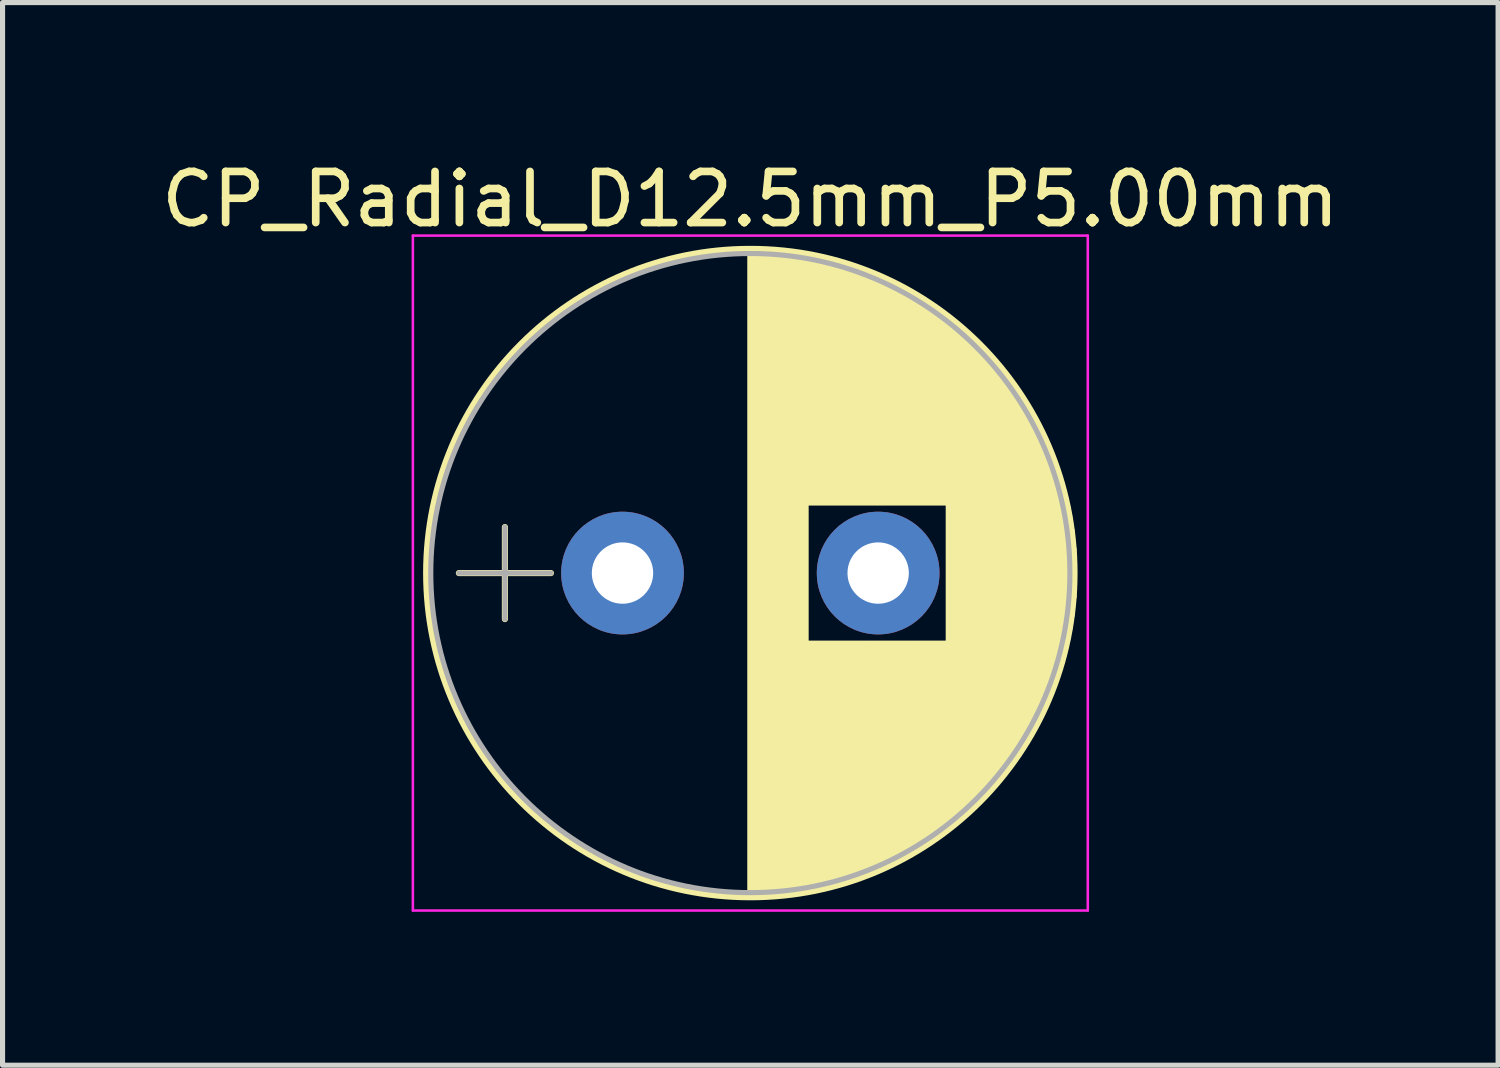
<source format=kicad_pcb>
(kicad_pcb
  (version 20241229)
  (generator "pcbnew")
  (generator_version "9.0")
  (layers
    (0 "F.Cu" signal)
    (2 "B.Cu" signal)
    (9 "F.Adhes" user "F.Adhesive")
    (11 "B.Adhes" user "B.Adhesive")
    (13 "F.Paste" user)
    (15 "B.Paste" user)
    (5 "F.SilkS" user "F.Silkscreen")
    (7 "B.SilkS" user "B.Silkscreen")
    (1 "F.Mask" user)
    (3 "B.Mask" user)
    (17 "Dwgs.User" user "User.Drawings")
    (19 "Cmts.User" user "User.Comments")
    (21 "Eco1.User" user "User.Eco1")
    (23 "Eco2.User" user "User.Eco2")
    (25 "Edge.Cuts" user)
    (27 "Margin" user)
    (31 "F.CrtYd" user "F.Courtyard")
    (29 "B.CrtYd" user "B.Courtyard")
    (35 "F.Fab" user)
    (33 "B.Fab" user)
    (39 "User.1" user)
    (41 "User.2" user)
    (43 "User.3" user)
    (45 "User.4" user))
  (footprint "CP_Radial_D12.5mm_P5.00mm"
    (layer "F.Cu")
    (at 9.125 8.158)
    (property "Reference" "CP_Radial_D12.5mm_P5.00mm" (at 2.5 -7.31 0) (layer "F.SilkS") (effects (font (size 1 1) (thickness 0.15))))
    (attr through_hole)
    (fp_line (start -3.2 0) (end -1.4 0) (stroke (width 0.12) (type solid)) (layer "F.SilkS"))
    (fp_line (start -2.3 -0.9) (end -2.3 0.9) (stroke (width 0.12) (type solid)) (layer "F.SilkS"))
    (fp_line (start 2.5 -6.3) (end 2.5 6.3) (stroke (width 0.12) (type solid)) (layer "F.SilkS"))
    (fp_line (start 2.54 -6.3) (end 2.54 6.3) (stroke (width 0.12) (type solid)) (layer "F.SilkS"))
    (fp_line (start 2.58 -6.3) (end 2.58 6.3) (stroke (width 0.12) (type solid)) (layer "F.SilkS"))
    (fp_line (start 2.62 -6.299) (end 2.62 6.299) (stroke (width 0.12) (type solid)) (layer "F.SilkS"))
    (fp_line (start 2.66 -6.298) (end 2.66 6.298) (stroke (width 0.12) (type solid)) (layer "F.SilkS"))
    (fp_line (start 2.7 -6.297) (end 2.7 6.297) (stroke (width 0.12) (type solid)) (layer "F.SilkS"))
    (fp_line (start 2.74 -6.296) (end 2.74 6.296) (stroke (width 0.12) (type solid)) (layer "F.SilkS"))
    (fp_line (start 2.78 -6.294) (end 2.78 6.294) (stroke (width 0.12) (type solid)) (layer "F.SilkS"))
    (fp_line (start 2.82 -6.292) (end 2.82 6.292) (stroke (width 0.12) (type solid)) (layer "F.SilkS"))
    (fp_line (start 2.86 -6.29) (end 2.86 6.29) (stroke (width 0.12) (type solid)) (layer "F.SilkS"))
    (fp_line (start 2.9 -6.288) (end 2.9 6.288) (stroke (width 0.12) (type solid)) (layer "F.SilkS"))
    (fp_line (start 2.94 -6.285) (end 2.94 6.285) (stroke (width 0.12) (type solid)) (layer "F.SilkS"))
    (fp_line (start 2.98 -6.282) (end 2.98 6.282) (stroke (width 0.12) (type solid)) (layer "F.SilkS"))
    (fp_line (start 3.02 -6.279) (end 3.02 6.279) (stroke (width 0.12) (type solid)) (layer "F.SilkS"))
    (fp_line (start 3.06 -6.276) (end 3.06 6.276) (stroke (width 0.12) (type solid)) (layer "F.SilkS"))
    (fp_line (start 3.1 -6.272) (end 3.1 6.272) (stroke (width 0.12) (type solid)) (layer "F.SilkS"))
    (fp_line (start 3.14 -6.268) (end 3.14 6.268) (stroke (width 0.12) (type solid)) (layer "F.SilkS"))
    (fp_line (start 3.18 -6.264) (end 3.18 6.264) (stroke (width 0.12) (type solid)) (layer "F.SilkS"))
    (fp_line (start 3.221 -6.259) (end 3.221 6.259) (stroke (width 0.12) (type solid)) (layer "F.SilkS"))
    (fp_line (start 3.261 -6.255) (end 3.261 6.255) (stroke (width 0.12) (type solid)) (layer "F.SilkS"))
    (fp_line (start 3.301 -6.25) (end 3.301 6.25) (stroke (width 0.12) (type solid)) (layer "F.SilkS"))
    (fp_line (start 3.341 -6.245) (end 3.341 6.245) (stroke (width 0.12) (type solid)) (layer "F.SilkS"))
    (fp_line (start 3.381 -6.239) (end 3.381 6.239) (stroke (width 0.12) (type solid)) (layer "F.SilkS"))
    (fp_line (start 3.421 -6.233) (end 3.421 6.233) (stroke (width 0.12) (type solid)) (layer "F.SilkS"))
    (fp_line (start 3.461 -6.227) (end 3.461 6.227) (stroke (width 0.12) (type solid)) (layer "F.SilkS"))
    (fp_line (start 3.501 -6.221) (end 3.501 6.221) (stroke (width 0.12) (type solid)) (layer "F.SilkS"))
    (fp_line (start 3.541 -6.215) (end 3.541 6.215) (stroke (width 0.12) (type solid)) (layer "F.SilkS"))
    (fp_line (start 3.581 -6.208) (end 3.581 6.208) (stroke (width 0.12) (type solid)) (layer "F.SilkS"))
    (fp_line (start 3.621 -6.201) (end 3.621 -1.38) (stroke (width 0.12) (type solid)) (layer "F.SilkS"))
    (fp_line (start 3.621 1.38) (end 3.621 6.201) (stroke (width 0.12) (type solid)) (layer "F.SilkS"))
    (fp_line (start 3.661 -6.193) (end 3.661 -1.38) (stroke (width 0.12) (type solid)) (layer "F.SilkS"))
    (fp_line (start 3.661 1.38) (end 3.661 6.193) (stroke (width 0.12) (type solid)) (layer "F.SilkS"))
    (fp_line (start 3.701 -6.186) (end 3.701 -1.38) (stroke (width 0.12) (type solid)) (layer "F.SilkS"))
    (fp_line (start 3.701 1.38) (end 3.701 6.186) (stroke (width 0.12) (type solid)) (layer "F.SilkS"))
    (fp_line (start 3.741 -6.178) (end 3.741 -1.38) (stroke (width 0.12) (type solid)) (layer "F.SilkS"))
    (fp_line (start 3.741 1.38) (end 3.741 6.178) (stroke (width 0.12) (type solid)) (layer "F.SilkS"))
    (fp_line (start 3.781 -6.17) (end 3.781 -1.38) (stroke (width 0.12) (type solid)) (layer "F.SilkS"))
    (fp_line (start 3.781 1.38) (end 3.781 6.17) (stroke (width 0.12) (type solid)) (layer "F.SilkS"))
    (fp_line (start 3.821 -6.162) (end 3.821 -1.38) (stroke (width 0.12) (type solid)) (layer "F.SilkS"))
    (fp_line (start 3.821 1.38) (end 3.821 6.162) (stroke (width 0.12) (type solid)) (layer "F.SilkS"))
    (fp_line (start 3.861 -6.153) (end 3.861 -1.38) (stroke (width 0.12) (type solid)) (layer "F.SilkS"))
    (fp_line (start 3.861 1.38) (end 3.861 6.153) (stroke (width 0.12) (type solid)) (layer "F.SilkS"))
    (fp_line (start 3.901 -6.144) (end 3.901 -1.38) (stroke (width 0.12) (type solid)) (layer "F.SilkS"))
    (fp_line (start 3.901 1.38) (end 3.901 6.144) (stroke (width 0.12) (type solid)) (layer "F.SilkS"))
    (fp_line (start 3.941 -6.135) (end 3.941 -1.38) (stroke (width 0.12) (type solid)) (layer "F.SilkS"))
    (fp_line (start 3.941 1.38) (end 3.941 6.135) (stroke (width 0.12) (type solid)) (layer "F.SilkS"))
    (fp_line (start 3.981 -6.125) (end 3.981 -1.38) (stroke (width 0.12) (type solid)) (layer "F.SilkS"))
    (fp_line (start 3.981 1.38) (end 3.981 6.125) (stroke (width 0.12) (type solid)) (layer "F.SilkS"))
    (fp_line (start 4.021 -6.116) (end 4.021 -1.38) (stroke (width 0.12) (type solid)) (layer "F.SilkS"))
    (fp_line (start 4.021 1.38) (end 4.021 6.116) (stroke (width 0.12) (type solid)) (layer "F.SilkS"))
    (fp_line (start 4.061 -6.106) (end 4.061 -1.38) (stroke (width 0.12) (type solid)) (layer "F.SilkS"))
    (fp_line (start 4.061 1.38) (end 4.061 6.106) (stroke (width 0.12) (type solid)) (layer "F.SilkS"))
    (fp_line (start 4.101 -6.095) (end 4.101 -1.38) (stroke (width 0.12) (type solid)) (layer "F.SilkS"))
    (fp_line (start 4.101 1.38) (end 4.101 6.095) (stroke (width 0.12) (type solid)) (layer "F.SilkS"))
    (fp_line (start 4.141 -6.085) (end 4.141 -1.38) (stroke (width 0.12) (type solid)) (layer "F.SilkS"))
    (fp_line (start 4.141 1.38) (end 4.141 6.085) (stroke (width 0.12) (type solid)) (layer "F.SilkS"))
    (fp_line (start 4.181 -6.074) (end 4.181 -1.38) (stroke (width 0.12) (type solid)) (layer "F.SilkS"))
    (fp_line (start 4.181 1.38) (end 4.181 6.074) (stroke (width 0.12) (type solid)) (layer "F.SilkS"))
    (fp_line (start 4.221 -6.063) (end 4.221 -1.38) (stroke (width 0.12) (type solid)) (layer "F.SilkS"))
    (fp_line (start 4.221 1.38) (end 4.221 6.063) (stroke (width 0.12) (type solid)) (layer "F.SilkS"))
    (fp_line (start 4.261 -6.051) (end 4.261 -1.38) (stroke (width 0.12) (type solid)) (layer "F.SilkS"))
    (fp_line (start 4.261 1.38) (end 4.261 6.051) (stroke (width 0.12) (type solid)) (layer "F.SilkS"))
    (fp_line (start 4.301 -6.04) (end 4.301 -1.38) (stroke (width 0.12) (type solid)) (layer "F.SilkS"))
    (fp_line (start 4.301 1.38) (end 4.301 6.04) (stroke (width 0.12) (type solid)) (layer "F.SilkS"))
    (fp_line (start 4.341 -6.028) (end 4.341 -1.38) (stroke (width 0.12) (type solid)) (layer "F.SilkS"))
    (fp_line (start 4.341 1.38) (end 4.341 6.028) (stroke (width 0.12) (type solid)) (layer "F.SilkS"))
    (fp_line (start 4.381 -6.015) (end 4.381 -1.38) (stroke (width 0.12) (type solid)) (layer "F.SilkS"))
    (fp_line (start 4.381 1.38) (end 4.381 6.015) (stroke (width 0.12) (type solid)) (layer "F.SilkS"))
    (fp_line (start 4.421 -6.003) (end 4.421 -1.38) (stroke (width 0.12) (type solid)) (layer "F.SilkS"))
    (fp_line (start 4.421 1.38) (end 4.421 6.003) (stroke (width 0.12) (type solid)) (layer "F.SilkS"))
    (fp_line (start 4.461 -5.99) (end 4.461 -1.38) (stroke (width 0.12) (type solid)) (layer "F.SilkS"))
    (fp_line (start 4.461 1.38) (end 4.461 5.99) (stroke (width 0.12) (type solid)) (layer "F.SilkS"))
    (fp_line (start 4.501 -5.977) (end 4.501 -1.38) (stroke (width 0.12) (type solid)) (layer "F.SilkS"))
    (fp_line (start 4.501 1.38) (end 4.501 5.977) (stroke (width 0.12) (type solid)) (layer "F.SilkS"))
    (fp_line (start 4.541 -5.963) (end 4.541 -1.38) (stroke (width 0.12) (type solid)) (layer "F.SilkS"))
    (fp_line (start 4.541 1.38) (end 4.541 5.963) (stroke (width 0.12) (type solid)) (layer "F.SilkS"))
    (fp_line (start 4.581 -5.95) (end 4.581 -1.38) (stroke (width 0.12) (type solid)) (layer "F.SilkS"))
    (fp_line (start 4.581 1.38) (end 4.581 5.95) (stroke (width 0.12) (type solid)) (layer "F.SilkS"))
    (fp_line (start 4.621 -5.936) (end 4.621 -1.38) (stroke (width 0.12) (type solid)) (layer "F.SilkS"))
    (fp_line (start 4.621 1.38) (end 4.621 5.936) (stroke (width 0.12) (type solid)) (layer "F.SilkS"))
    (fp_line (start 4.661 -5.921) (end 4.661 -1.38) (stroke (width 0.12) (type solid)) (layer "F.SilkS"))
    (fp_line (start 4.661 1.38) (end 4.661 5.921) (stroke (width 0.12) (type solid)) (layer "F.SilkS"))
    (fp_line (start 4.701 -5.907) (end 4.701 -1.38) (stroke (width 0.12) (type solid)) (layer "F.SilkS"))
    (fp_line (start 4.701 1.38) (end 4.701 5.907) (stroke (width 0.12) (type solid)) (layer "F.SilkS"))
    (fp_line (start 4.741 -5.892) (end 4.741 -1.38) (stroke (width 0.12) (type solid)) (layer "F.SilkS"))
    (fp_line (start 4.741 1.38) (end 4.741 5.892) (stroke (width 0.12) (type solid)) (layer "F.SilkS"))
    (fp_line (start 4.781 -5.876) (end 4.781 -1.38) (stroke (width 0.12) (type solid)) (layer "F.SilkS"))
    (fp_line (start 4.781 1.38) (end 4.781 5.876) (stroke (width 0.12) (type solid)) (layer "F.SilkS"))
    (fp_line (start 4.821 -5.861) (end 4.821 -1.38) (stroke (width 0.12) (type solid)) (layer "F.SilkS"))
    (fp_line (start 4.821 1.38) (end 4.821 5.861) (stroke (width 0.12) (type solid)) (layer "F.SilkS"))
    (fp_line (start 4.861 -5.845) (end 4.861 -1.38) (stroke (width 0.12) (type solid)) (layer "F.SilkS"))
    (fp_line (start 4.861 1.38) (end 4.861 5.845) (stroke (width 0.12) (type solid)) (layer "F.SilkS"))
    (fp_line (start 4.901 -5.829) (end 4.901 -1.38) (stroke (width 0.12) (type solid)) (layer "F.SilkS"))
    (fp_line (start 4.901 1.38) (end 4.901 5.829) (stroke (width 0.12) (type solid)) (layer "F.SilkS"))
    (fp_line (start 4.941 -5.812) (end 4.941 -1.38) (stroke (width 0.12) (type solid)) (layer "F.SilkS"))
    (fp_line (start 4.941 1.38) (end 4.941 5.812) (stroke (width 0.12) (type solid)) (layer "F.SilkS"))
    (fp_line (start 4.981 -5.795) (end 4.981 -1.38) (stroke (width 0.12) (type solid)) (layer "F.SilkS"))
    (fp_line (start 4.981 1.38) (end 4.981 5.795) (stroke (width 0.12) (type solid)) (layer "F.SilkS"))
    (fp_line (start 5.021 -5.778) (end 5.021 -1.38) (stroke (width 0.12) (type solid)) (layer "F.SilkS"))
    (fp_line (start 5.021 1.38) (end 5.021 5.778) (stroke (width 0.12) (type solid)) (layer "F.SilkS"))
    (fp_line (start 5.061 -5.761) (end 5.061 -1.38) (stroke (width 0.12) (type solid)) (layer "F.SilkS"))
    (fp_line (start 5.061 1.38) (end 5.061 5.761) (stroke (width 0.12) (type solid)) (layer "F.SilkS"))
    (fp_line (start 5.101 -5.743) (end 5.101 -1.38) (stroke (width 0.12) (type solid)) (layer "F.SilkS"))
    (fp_line (start 5.101 1.38) (end 5.101 5.743) (stroke (width 0.12) (type solid)) (layer "F.SilkS"))
    (fp_line (start 5.141 -5.725) (end 5.141 -1.38) (stroke (width 0.12) (type solid)) (layer "F.SilkS"))
    (fp_line (start 5.141 1.38) (end 5.141 5.725) (stroke (width 0.12) (type solid)) (layer "F.SilkS"))
    (fp_line (start 5.181 -5.706) (end 5.181 -1.38) (stroke (width 0.12) (type solid)) (layer "F.SilkS"))
    (fp_line (start 5.181 1.38) (end 5.181 5.706) (stroke (width 0.12) (type solid)) (layer "F.SilkS"))
    (fp_line (start 5.221 -5.687) (end 5.221 -1.38) (stroke (width 0.12) (type solid)) (layer "F.SilkS"))
    (fp_line (start 5.221 1.38) (end 5.221 5.687) (stroke (width 0.12) (type solid)) (layer "F.SilkS"))
    (fp_line (start 5.261 -5.668) (end 5.261 -1.38) (stroke (width 0.12) (type solid)) (layer "F.SilkS"))
    (fp_line (start 5.261 1.38) (end 5.261 5.668) (stroke (width 0.12) (type solid)) (layer "F.SilkS"))
    (fp_line (start 5.301 -5.649) (end 5.301 -1.38) (stroke (width 0.12) (type solid)) (layer "F.SilkS"))
    (fp_line (start 5.301 1.38) (end 5.301 5.649) (stroke (width 0.12) (type solid)) (layer "F.SilkS"))
    (fp_line (start 5.341 -5.629) (end 5.341 -1.38) (stroke (width 0.12) (type solid)) (layer "F.SilkS"))
    (fp_line (start 5.341 1.38) (end 5.341 5.629) (stroke (width 0.12) (type solid)) (layer "F.SilkS"))
    (fp_line (start 5.381 -5.609) (end 5.381 -1.38) (stroke (width 0.12) (type solid)) (layer "F.SilkS"))
    (fp_line (start 5.381 1.38) (end 5.381 5.609) (stroke (width 0.12) (type solid)) (layer "F.SilkS"))
    (fp_line (start 5.421 -5.588) (end 5.421 -1.38) (stroke (width 0.12) (type solid)) (layer "F.SilkS"))
    (fp_line (start 5.421 1.38) (end 5.421 5.588) (stroke (width 0.12) (type solid)) (layer "F.SilkS"))
    (fp_line (start 5.461 -5.567) (end 5.461 -1.38) (stroke (width 0.12) (type solid)) (layer "F.SilkS"))
    (fp_line (start 5.461 1.38) (end 5.461 5.567) (stroke (width 0.12) (type solid)) (layer "F.SilkS"))
    (fp_line (start 5.501 -5.546) (end 5.501 -1.38) (stroke (width 0.12) (type solid)) (layer "F.SilkS"))
    (fp_line (start 5.501 1.38) (end 5.501 5.546) (stroke (width 0.12) (type solid)) (layer "F.SilkS"))
    (fp_line (start 5.541 -5.524) (end 5.541 -1.38) (stroke (width 0.12) (type solid)) (layer "F.SilkS"))
    (fp_line (start 5.541 1.38) (end 5.541 5.524) (stroke (width 0.12) (type solid)) (layer "F.SilkS"))
    (fp_line (start 5.581 -5.502) (end 5.581 -1.38) (stroke (width 0.12) (type solid)) (layer "F.SilkS"))
    (fp_line (start 5.581 1.38) (end 5.581 5.502) (stroke (width 0.12) (type solid)) (layer "F.SilkS"))
    (fp_line (start 5.621 -5.48) (end 5.621 -1.38) (stroke (width 0.12) (type solid)) (layer "F.SilkS"))
    (fp_line (start 5.621 1.38) (end 5.621 5.48) (stroke (width 0.12) (type solid)) (layer "F.SilkS"))
    (fp_line (start 5.661 -5.457) (end 5.661 -1.38) (stroke (width 0.12) (type solid)) (layer "F.SilkS"))
    (fp_line (start 5.661 1.38) (end 5.661 5.457) (stroke (width 0.12) (type solid)) (layer "F.SilkS"))
    (fp_line (start 5.701 -5.434) (end 5.701 -1.38) (stroke (width 0.12) (type solid)) (layer "F.SilkS"))
    (fp_line (start 5.701 1.38) (end 5.701 5.434) (stroke (width 0.12) (type solid)) (layer "F.SilkS"))
    (fp_line (start 5.741 -5.41) (end 5.741 -1.38) (stroke (width 0.12) (type solid)) (layer "F.SilkS"))
    (fp_line (start 5.741 1.38) (end 5.741 5.41) (stroke (width 0.12) (type solid)) (layer "F.SilkS"))
    (fp_line (start 5.781 -5.386) (end 5.781 -1.38) (stroke (width 0.12) (type solid)) (layer "F.SilkS"))
    (fp_line (start 5.781 1.38) (end 5.781 5.386) (stroke (width 0.12) (type solid)) (layer "F.SilkS"))
    (fp_line (start 5.821 -5.362) (end 5.821 -1.38) (stroke (width 0.12) (type solid)) (layer "F.SilkS"))
    (fp_line (start 5.821 1.38) (end 5.821 5.362) (stroke (width 0.12) (type solid)) (layer "F.SilkS"))
    (fp_line (start 5.861 -5.337) (end 5.861 -1.38) (stroke (width 0.12) (type solid)) (layer "F.SilkS"))
    (fp_line (start 5.861 1.38) (end 5.861 5.337) (stroke (width 0.12) (type solid)) (layer "F.SilkS"))
    (fp_line (start 5.901 -5.312) (end 5.901 -1.38) (stroke (width 0.12) (type solid)) (layer "F.SilkS"))
    (fp_line (start 5.901 1.38) (end 5.901 5.312) (stroke (width 0.12) (type solid)) (layer "F.SilkS"))
    (fp_line (start 5.941 -5.286) (end 5.941 -1.38) (stroke (width 0.12) (type solid)) (layer "F.SilkS"))
    (fp_line (start 5.941 1.38) (end 5.941 5.286) (stroke (width 0.12) (type solid)) (layer "F.SilkS"))
    (fp_line (start 5.981 -5.26) (end 5.981 -1.38) (stroke (width 0.12) (type solid)) (layer "F.SilkS"))
    (fp_line (start 5.981 1.38) (end 5.981 5.26) (stroke (width 0.12) (type solid)) (layer "F.SilkS"))
    (fp_line (start 6.021 -5.234) (end 6.021 -1.38) (stroke (width 0.12) (type solid)) (layer "F.SilkS"))
    (fp_line (start 6.021 1.38) (end 6.021 5.234) (stroke (width 0.12) (type solid)) (layer "F.SilkS"))
    (fp_line (start 6.061 -5.207) (end 6.061 -1.38) (stroke (width 0.12) (type solid)) (layer "F.SilkS"))
    (fp_line (start 6.061 1.38) (end 6.061 5.207) (stroke (width 0.12) (type solid)) (layer "F.SilkS"))
    (fp_line (start 6.101 -5.179) (end 6.101 -1.38) (stroke (width 0.12) (type solid)) (layer "F.SilkS"))
    (fp_line (start 6.101 1.38) (end 6.101 5.179) (stroke (width 0.12) (type solid)) (layer "F.SilkS"))
    (fp_line (start 6.141 -5.151) (end 6.141 -1.38) (stroke (width 0.12) (type solid)) (layer "F.SilkS"))
    (fp_line (start 6.141 1.38) (end 6.141 5.151) (stroke (width 0.12) (type solid)) (layer "F.SilkS"))
    (fp_line (start 6.181 -5.123) (end 6.181 -1.38) (stroke (width 0.12) (type solid)) (layer "F.SilkS"))
    (fp_line (start 6.181 1.38) (end 6.181 5.123) (stroke (width 0.12) (type solid)) (layer "F.SilkS"))
    (fp_line (start 6.221 -5.094) (end 6.221 -1.38) (stroke (width 0.12) (type solid)) (layer "F.SilkS"))
    (fp_line (start 6.221 1.38) (end 6.221 5.094) (stroke (width 0.12) (type solid)) (layer "F.SilkS"))
    (fp_line (start 6.261 -5.065) (end 6.261 -1.38) (stroke (width 0.12) (type solid)) (layer "F.SilkS"))
    (fp_line (start 6.261 1.38) (end 6.261 5.065) (stroke (width 0.12) (type solid)) (layer "F.SilkS"))
    (fp_line (start 6.301 -5.035) (end 6.301 -1.38) (stroke (width 0.12) (type solid)) (layer "F.SilkS"))
    (fp_line (start 6.301 1.38) (end 6.301 5.035) (stroke (width 0.12) (type solid)) (layer "F.SilkS"))
    (fp_line (start 6.341 -5.005) (end 6.341 -1.38) (stroke (width 0.12) (type solid)) (layer "F.SilkS"))
    (fp_line (start 6.341 1.38) (end 6.341 5.005) (stroke (width 0.12) (type solid)) (layer "F.SilkS"))
    (fp_line (start 6.381 -4.975) (end 6.381 4.975) (stroke (width 0.12) (type solid)) (layer "F.SilkS"))
    (fp_line (start 6.421 -4.943) (end 6.421 4.943) (stroke (width 0.12) (type solid)) (layer "F.SilkS"))
    (fp_line (start 6.461 -4.912) (end 6.461 4.912) (stroke (width 0.12) (type solid)) (layer "F.SilkS"))
    (fp_line (start 6.501 -4.879) (end 6.501 4.879) (stroke (width 0.12) (type solid)) (layer "F.SilkS"))
    (fp_line (start 6.541 -4.847) (end 6.541 4.847) (stroke (width 0.12) (type solid)) (layer "F.SilkS"))
    (fp_line (start 6.581 -4.813) (end 6.581 4.813) (stroke (width 0.12) (type solid)) (layer "F.SilkS"))
    (fp_line (start 6.621 -4.779) (end 6.621 4.779) (stroke (width 0.12) (type solid)) (layer "F.SilkS"))
    (fp_line (start 6.661 -4.745) (end 6.661 4.745) (stroke (width 0.12) (type solid)) (layer "F.SilkS"))
    (fp_line (start 6.701 -4.71) (end 6.701 4.71) (stroke (width 0.12) (type solid)) (layer "F.SilkS"))
    (fp_line (start 6.741 -4.674) (end 6.741 4.674) (stroke (width 0.12) (type solid)) (layer "F.SilkS"))
    (fp_line (start 6.781 -4.638) (end 6.781 4.638) (stroke (width 0.12) (type solid)) (layer "F.SilkS"))
    (fp_line (start 6.821 -4.601) (end 6.821 4.601) (stroke (width 0.12) (type solid)) (layer "F.SilkS"))
    (fp_line (start 6.861 -4.563) (end 6.861 4.563) (stroke (width 0.12) (type solid)) (layer "F.SilkS"))
    (fp_line (start 6.901 -4.525) (end 6.901 4.525) (stroke (width 0.12) (type solid)) (layer "F.SilkS"))
    (fp_line (start 6.941 -4.486) (end 6.941 4.486) (stroke (width 0.12) (type solid)) (layer "F.SilkS"))
    (fp_line (start 6.981 -4.447) (end 6.981 4.447) (stroke (width 0.12) (type solid)) (layer "F.SilkS"))
    (fp_line (start 7.021 -4.406) (end 7.021 4.406) (stroke (width 0.12) (type solid)) (layer "F.SilkS"))
    (fp_line (start 7.061 -4.365) (end 7.061 4.365) (stroke (width 0.12) (type solid)) (layer "F.SilkS"))
    (fp_line (start 7.101 -4.323) (end 7.101 4.323) (stroke (width 0.12) (type solid)) (layer "F.SilkS"))
    (fp_line (start 7.141 -4.281) (end 7.141 4.281) (stroke (width 0.12) (type solid)) (layer "F.SilkS"))
    (fp_line (start 7.181 -4.238) (end 7.181 4.238) (stroke (width 0.12) (type solid)) (layer "F.SilkS"))
    (fp_line (start 7.221 -4.193) (end 7.221 4.193) (stroke (width 0.12) (type solid)) (layer "F.SilkS"))
    (fp_line (start 7.261 -4.148) (end 7.261 4.148) (stroke (width 0.12) (type solid)) (layer "F.SilkS"))
    (fp_line (start 7.301 -4.102) (end 7.301 4.102) (stroke (width 0.12) (type solid)) (layer "F.SilkS"))
    (fp_line (start 7.341 -4.056) (end 7.341 4.056) (stroke (width 0.12) (type solid)) (layer "F.SilkS"))
    (fp_line (start 7.381 -4.008) (end 7.381 4.008) (stroke (width 0.12) (type solid)) (layer "F.SilkS"))
    (fp_line (start 7.421 -3.959) (end 7.421 3.959) (stroke (width 0.12) (type solid)) (layer "F.SilkS"))
    (fp_line (start 7.461 -3.909) (end 7.461 3.909) (stroke (width 0.12) (type solid)) (layer "F.SilkS"))
    (fp_line (start 7.501 -3.859) (end 7.501 3.859) (stroke (width 0.12) (type solid)) (layer "F.SilkS"))
    (fp_line (start 7.541 -3.807) (end 7.541 3.807) (stroke (width 0.12) (type solid)) (layer "F.SilkS"))
    (fp_line (start 7.581 -3.754) (end 7.581 3.754) (stroke (width 0.12) (type solid)) (layer "F.SilkS"))
    (fp_line (start 7.621 -3.7) (end 7.621 3.7) (stroke (width 0.12) (type solid)) (layer "F.SilkS"))
    (fp_line (start 7.661 -3.644) (end 7.661 3.644) (stroke (width 0.12) (type solid)) (layer "F.SilkS"))
    (fp_line (start 7.701 -3.588) (end 7.701 3.588) (stroke (width 0.12) (type solid)) (layer "F.SilkS"))
    (fp_line (start 7.741 -3.53) (end 7.741 3.53) (stroke (width 0.12) (type solid)) (layer "F.SilkS"))
    (fp_line (start 7.781 -3.47) (end 7.781 3.47) (stroke (width 0.12) (type solid)) (layer "F.SilkS"))
    (fp_line (start 7.821 -3.409) (end 7.821 3.409) (stroke (width 0.12) (type solid)) (layer "F.SilkS"))
    (fp_line (start 7.861 -3.347) (end 7.861 3.347) (stroke (width 0.12) (type solid)) (layer "F.SilkS"))
    (fp_line (start 7.901 -3.282) (end 7.901 3.282) (stroke (width 0.12) (type solid)) (layer "F.SilkS"))
    (fp_line (start 7.941 -3.217) (end 7.941 3.217) (stroke (width 0.12) (type solid)) (layer "F.SilkS"))
    (fp_line (start 7.981 -3.149) (end 7.981 3.149) (stroke (width 0.12) (type solid)) (layer "F.SilkS"))
    (fp_line (start 8.021 -3.079) (end 8.021 3.079) (stroke (width 0.12) (type solid)) (layer "F.SilkS"))
    (fp_line (start 8.061 -3.007) (end 8.061 3.007) (stroke (width 0.12) (type solid)) (layer "F.SilkS"))
    (fp_line (start 8.101 -2.933) (end 8.101 2.933) (stroke (width 0.12) (type solid)) (layer "F.SilkS"))
    (fp_line (start 8.141 -2.856) (end 8.141 2.856) (stroke (width 0.12) (type solid)) (layer "F.SilkS"))
    (fp_line (start 8.181 -2.777) (end 8.181 2.777) (stroke (width 0.12) (type solid)) (layer "F.SilkS"))
    (fp_line (start 8.221 -2.695) (end 8.221 2.695) (stroke (width 0.12) (type solid)) (layer "F.SilkS"))
    (fp_line (start 8.261 -2.61) (end 8.261 2.61) (stroke (width 0.12) (type solid)) (layer "F.SilkS"))
    (fp_line (start 8.301 -2.521) (end 8.301 2.521) (stroke (width 0.12) (type solid)) (layer "F.SilkS"))
    (fp_line (start 8.341 -2.428) (end 8.341 2.428) (stroke (width 0.12) (type solid)) (layer "F.SilkS"))
    (fp_line (start 8.381 -2.331) (end 8.381 2.331) (stroke (width 0.12) (type solid)) (layer "F.SilkS"))
    (fp_line (start 8.421 -2.23) (end 8.421 2.23) (stroke (width 0.12) (type solid)) (layer "F.SilkS"))
    (fp_line (start 8.461 -2.122) (end 8.461 2.122) (stroke (width 0.12) (type solid)) (layer "F.SilkS"))
    (fp_line (start 8.501 -2.009) (end 8.501 2.009) (stroke (width 0.12) (type solid)) (layer "F.SilkS"))
    (fp_line (start 8.541 -1.888) (end 8.541 1.888) (stroke (width 0.12) (type solid)) (layer "F.SilkS"))
    (fp_line (start 8.581 -1.757) (end 8.581 1.757) (stroke (width 0.12) (type solid)) (layer "F.SilkS"))
    (fp_line (start 8.621 -1.616) (end 8.621 1.616) (stroke (width 0.12) (type solid)) (layer "F.SilkS"))
    (fp_line (start 8.661 -1.46) (end 8.661 1.46) (stroke (width 0.12) (type solid)) (layer "F.SilkS"))
    (fp_line (start 8.701 -1.285) (end 8.701 1.285) (stroke (width 0.12) (type solid)) (layer "F.SilkS"))
    (fp_line (start 8.741 -1.082) (end 8.741 1.082) (stroke (width 0.12) (type solid)) (layer "F.SilkS"))
    (fp_line (start 8.781 -0.831) (end 8.781 0.831) (stroke (width 0.12) (type solid)) (layer "F.SilkS"))
    (fp_line (start 8.821 -0.464) (end 8.821 0.464) (stroke (width 0.12) (type solid)) (layer "F.SilkS"))
    (fp_circle (center 2.5 0) (end 8.84 0) (stroke (width 0.12) (type solid)) (fill no) (layer "F.SilkS"))
    (fp_line (start -4.1 -6.6) (end -4.1 6.6) (stroke (width 0.05) (type solid)) (layer "F.CrtYd"))
    (fp_line (start -4.1 6.6) (end 9.1 6.6) (stroke (width 0.05) (type solid)) (layer "F.CrtYd"))
    (fp_line (start 9.1 -6.6) (end -4.1 -6.6) (stroke (width 0.05) (type solid)) (layer "F.CrtYd"))
    (fp_line (start 9.1 6.6) (end 9.1 -6.6) (stroke (width 0.05) (type solid)) (layer "F.CrtYd"))
    (fp_line (start -3.2 0) (end -1.4 0) (stroke (width 0.1) (type solid)) (layer "F.Fab"))
    (fp_line (start -2.3 -0.9) (end -2.3 0.9) (stroke (width 0.1) (type solid)) (layer "F.Fab"))
    (fp_circle (center 2.5 0) (end 8.75 0) (stroke (width 0.1) (type solid)) (fill no) (layer "F.Fab"))
    (pad "1" thru_hole circle (at 0 0) (size 2.4 2.4) (drill 1.2) (layers "*.Cu" "*.Mask"))
    (pad "2" thru_hole circle (at 5 0) (size 2.4 2.4) (drill 1.2) (layers "*.Cu" "*.Mask")))
  (gr_rect
    (start -3 -3)
    (end 26.25 17.783)
    (stroke (width 0.1) (type default))
    (fill no)
    (layer "Edge.Cuts")))
</source>
